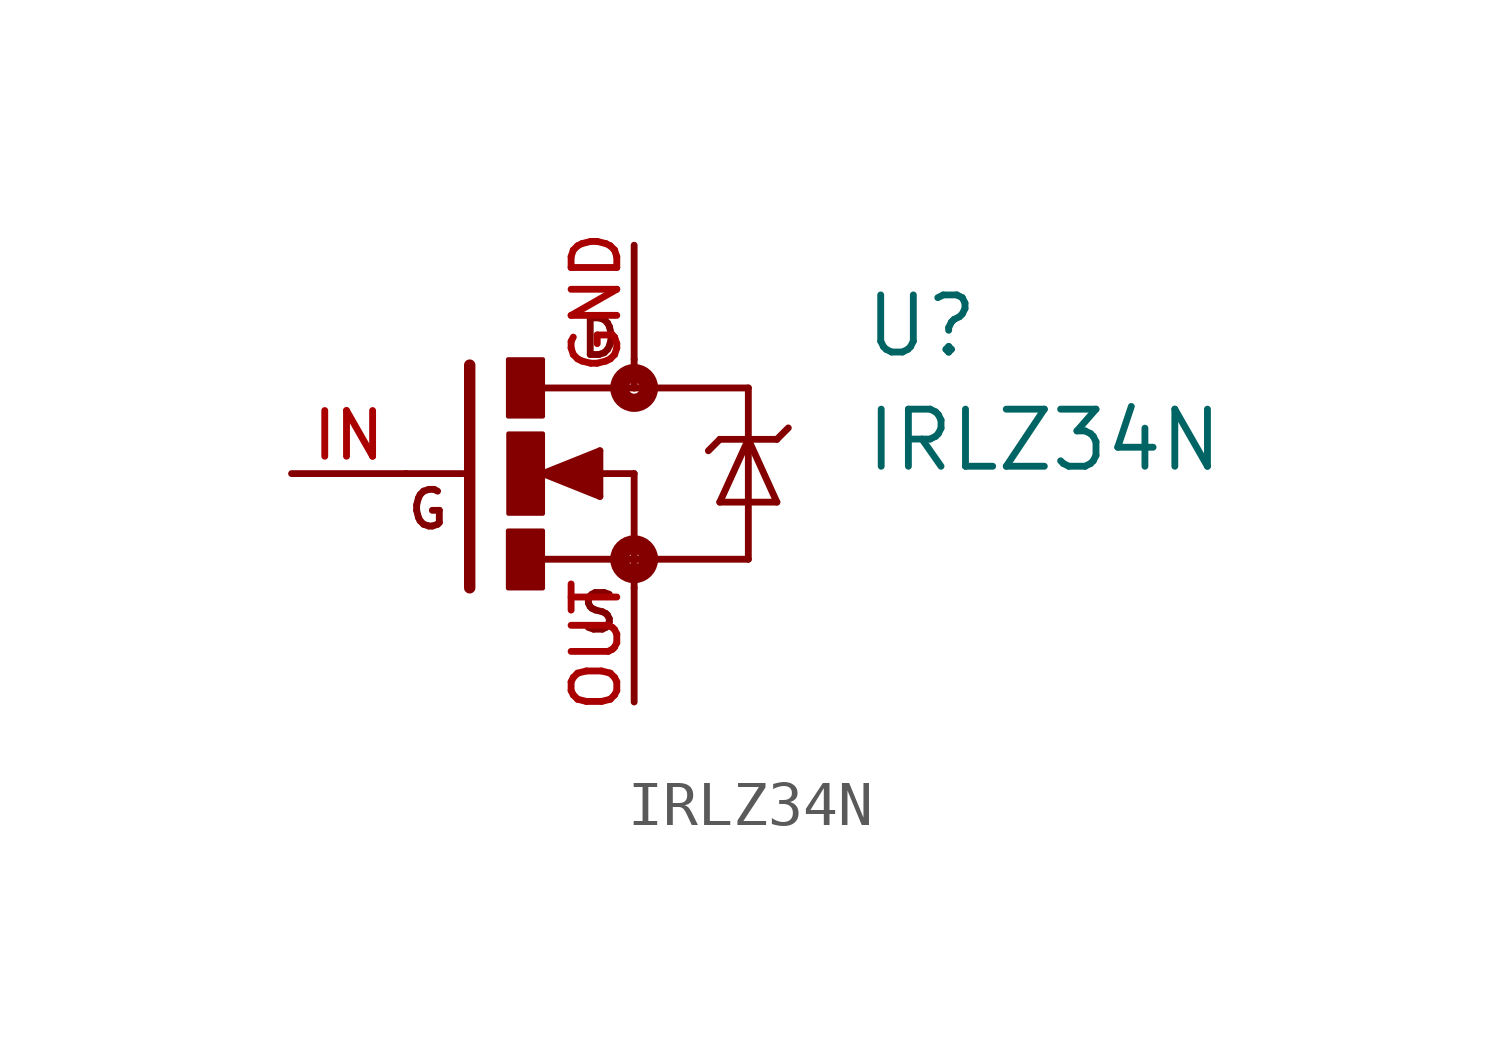
<source format=kicad_sym>
(kicad_symbol_lib
  (version 20241209)
  (generator "kicad_symbol_editor")
  (generator_version "9.0")
  (symbol "IRLZ34N"
    (pin_names
      (offset 1.016))
    (property "Reference" "U"
      (at 5.082 2.541 0)
      (effects (font (size 1.27 1.27)) (justify left bottom)))
    (property "Value" "IRLZ34N"
      (at 5.093 0 0)
      (effects (font (size 1.27 1.27)) (justify left bottom)))
    (symbol "IRLZ34N_0_0"
      (polyline (pts (xy -3.81 0) (xy -5.08 0)) (stroke (width 0.152) (type default)) (fill (type none)))
      (polyline (pts (xy -3.658 2.413) (xy -3.658 -2.54)) (stroke (width 0.254) (type default)) (fill (type none)))
      (rectangle (start -2.804 -2.549) (end -2.032 -1.27) (stroke (width 0.1) (type default)) (fill (type outline)))
      (rectangle (start -2.803 1.274) (end -2.032 2.54) (stroke (width 0.1) (type default)) (fill (type outline)))
      (rectangle (start -2.795 -0.889) (end -2.032 0.889) (stroke (width 0.1) (type default)) (fill (type outline)))
      (polyline (pts (xy -2.032 0) (xy -0.762 -0.508)) (stroke (width 0.152) (type default)) (fill (type none)))
      (polyline (pts (xy -2.032 -1.905) (xy 0 -1.905)) (stroke (width 0.152) (type default)) (fill (type none)))
      (polyline (pts (xy -1.778 0) (xy -0.889 -0.254)) (stroke (width 0.305) (type default)) (fill (type none)))
      (polyline (pts (xy -0.889 0.254) (xy -1.778 0)) (stroke (width 0.305) (type default)) (fill (type none)))
      (polyline (pts (xy -0.889 0) (xy -1.143 0)) (stroke (width 0.305) (type default)) (fill (type none)))
      (polyline (pts (xy -0.889 0) (xy 0 0)) (stroke (width 0.152) (type default)) (fill (type none)))
      (polyline (pts (xy -0.889 -0.254) (xy -0.889 0)) (stroke (width 0.305) (type default)) (fill (type none)))
      (polyline (pts (xy -0.762 0.508) (xy -2.032 0)) (stroke (width 0.152) (type default)) (fill (type none)))
      (polyline (pts (xy -0.762 -0.508) (xy -0.762 0.508)) (stroke (width 0.152) (type default)) (fill (type none)))
      (polyline (pts (xy 0 2.54) (xy 0 1.905)) (stroke (width 0.152) (type default)) (fill (type none)))
      (circle (center 0 1.905) (radius 0.127) (stroke (width 0.406) (type default)) (fill (type none)))
      (polyline (pts (xy 0 1.905) (xy -2.007 1.905)) (stroke (width 0.152) (type default)) (fill (type none)))
      (polyline (pts (xy 0 1.905) (xy 2.54 1.905)) (stroke (width 0.152) (type default)) (fill (type none)))
      (polyline (pts (xy 0 0) (xy 0 -1.905)) (stroke (width 0.152) (type default)) (fill (type none)))
      (polyline (pts (xy 0 -1.905) (xy 0 -2.54)) (stroke (width 0.152) (type default)) (fill (type none)))
      (circle (center 0 -1.905) (radius 0.127) (stroke (width 0.406) (type default)) (fill (type none)))
      (polyline (pts (xy 1.905 0.762) (xy 1.651 0.508)) (stroke (width 0.152) (type default)) (fill (type none)))
      (polyline (pts (xy 1.905 0.762) (xy 2.54 0.762)) (stroke (width 0.152) (type default)) (fill (type none)))
      (polyline (pts (xy 1.905 -0.635) (xy 3.175 -0.635)) (stroke (width 0.152) (type default)) (fill (type none)))
      (polyline (pts (xy 2.54 1.905) (xy 2.54 0.762)) (stroke (width 0.152) (type default)) (fill (type none)))
      (polyline (pts (xy 2.54 0.762) (xy 1.905 -0.635)) (stroke (width 0.152) (type default)) (fill (type none)))
      (polyline (pts (xy 2.54 0.762) (xy 2.54 -1.905)) (stroke (width 0.152) (type default)) (fill (type none)))
      (polyline (pts (xy 2.54 0.762) (xy 3.175 0.762)) (stroke (width 0.152) (type default)) (fill (type none)))
      (polyline (pts (xy 2.54 -1.905) (xy 0 -1.905)) (stroke (width 0.152) (type default)) (fill (type none)))
      (polyline (pts (xy 3.175 0.762) (xy 3.429 1.016)) (stroke (width 0.152) (type default)) (fill (type none)))
      (polyline (pts (xy 3.175 -0.635) (xy 2.54 0.762)) (stroke (width 0.152) (type default)) (fill (type none)))
      (text "G" (at -5.094 -1.274 0) (effects (font (size 0.815 0.815)) (justify left bottom)))
      (text "S" (at -1.274 -3.568 0) (effects (font (size 0.815 0.815)) (justify left bottom)))
      (text "D" (at -1.271 2.542 0) (effects (font (size 0.814 0.814)) (justify left bottom))))
    (symbol "IRLZ34N_1_0"
      (pin passive line (at -7.62 0 0) (length 2.54) (name "~" (effects (font (size 1.016 1.016)))) (number "IN" (effects (font (size 1.016 1.016)))))
      (pin passive line (at 0 5.08 270) (length 2.54) (name "~" (effects (font (size 1.016 1.016)))) (number "GND" (effects (font (size 1.016 1.016)))))
      (pin passive line (at 0 -5.08 90) (length 2.54) (name "~" (effects (font (size 1.016 1.016)))) (number "OUT" (effects (font (size 1.016 1.016))))))))
</source>
